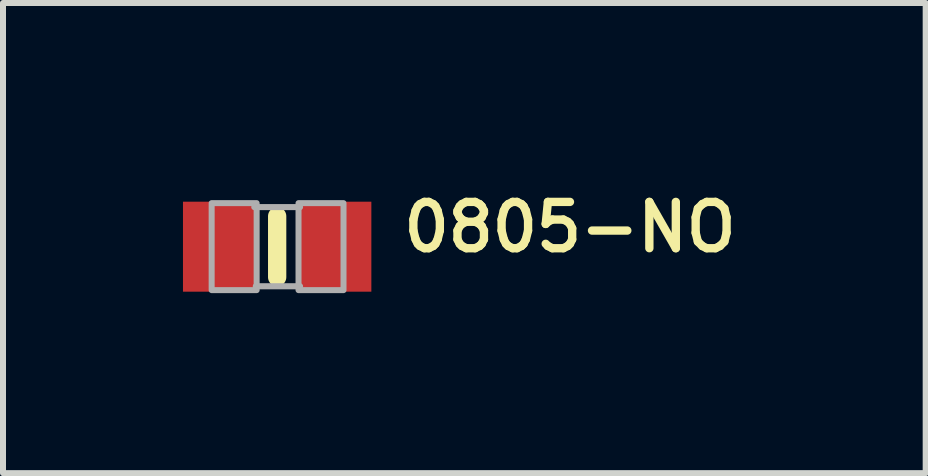
<source format=kicad_pcb>
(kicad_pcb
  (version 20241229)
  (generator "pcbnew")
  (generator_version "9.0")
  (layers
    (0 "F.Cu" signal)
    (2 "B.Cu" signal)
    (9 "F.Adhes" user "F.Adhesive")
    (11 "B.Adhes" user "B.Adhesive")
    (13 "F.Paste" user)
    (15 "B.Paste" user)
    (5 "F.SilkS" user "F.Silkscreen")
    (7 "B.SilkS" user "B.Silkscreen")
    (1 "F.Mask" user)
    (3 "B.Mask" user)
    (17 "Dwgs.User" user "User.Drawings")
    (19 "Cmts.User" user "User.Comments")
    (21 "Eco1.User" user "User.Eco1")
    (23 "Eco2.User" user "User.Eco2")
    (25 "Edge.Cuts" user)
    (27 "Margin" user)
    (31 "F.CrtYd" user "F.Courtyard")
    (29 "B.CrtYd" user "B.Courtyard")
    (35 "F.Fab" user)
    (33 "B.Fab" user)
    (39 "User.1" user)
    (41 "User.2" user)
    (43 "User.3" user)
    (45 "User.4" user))
  (footprint "0805-NO"
    (layer "F.Cu")
    (at 1.57 1.062)
    (property "Reference" "0805-NO" (at 2.032 0.127 0) (layer "F.SilkS") (effects (font (size 0.772 0.772) (thickness 0.139)) (justify left bottom)))
    (attr through_hole)
    (fp_line (start 0 -0.508) (end 0 0.508) (stroke (width 0.305) (type solid)) (layer "F.SilkS"))
    (fp_line (start -0.381 -0.66) (end 0.381 -0.66) (stroke (width 0.102) (type solid)) (layer "F.Fab"))
    (fp_line (start -0.356 0.66) (end 0.381 0.66) (stroke (width 0.102) (type solid)) (layer "F.Fab"))
    (fp_poly (pts (xy -1.092 0.724) (xy -0.342 0.724) (xy -0.342 -0.726) (xy -1.092 -0.726)) (stroke (width 0.1) (type solid)) (fill no) (layer "F.Fab"))
    (fp_poly (pts (xy 0.356 0.724) (xy 1.106 0.724) (xy 1.106 -0.726) (xy 0.356 -0.726)) (stroke (width 0.1) (type solid)) (fill no) (layer "F.Fab"))
    (pad "1" smd rect (at -0.95 0) (size 1.24 1.5) (layers "F.Cu" "F.Mask" "F.Paste"))
    (pad "2" smd rect (at 0.95 0) (size 1.24 1.5) (layers "F.Cu" "F.Mask" "F.Paste")))
  (gr_rect
    (start -3 -3)
    (end 12.38 4.836)
    (stroke (width 0.1) (type default))
    (fill no)
    (layer "Edge.Cuts")))
</source>
